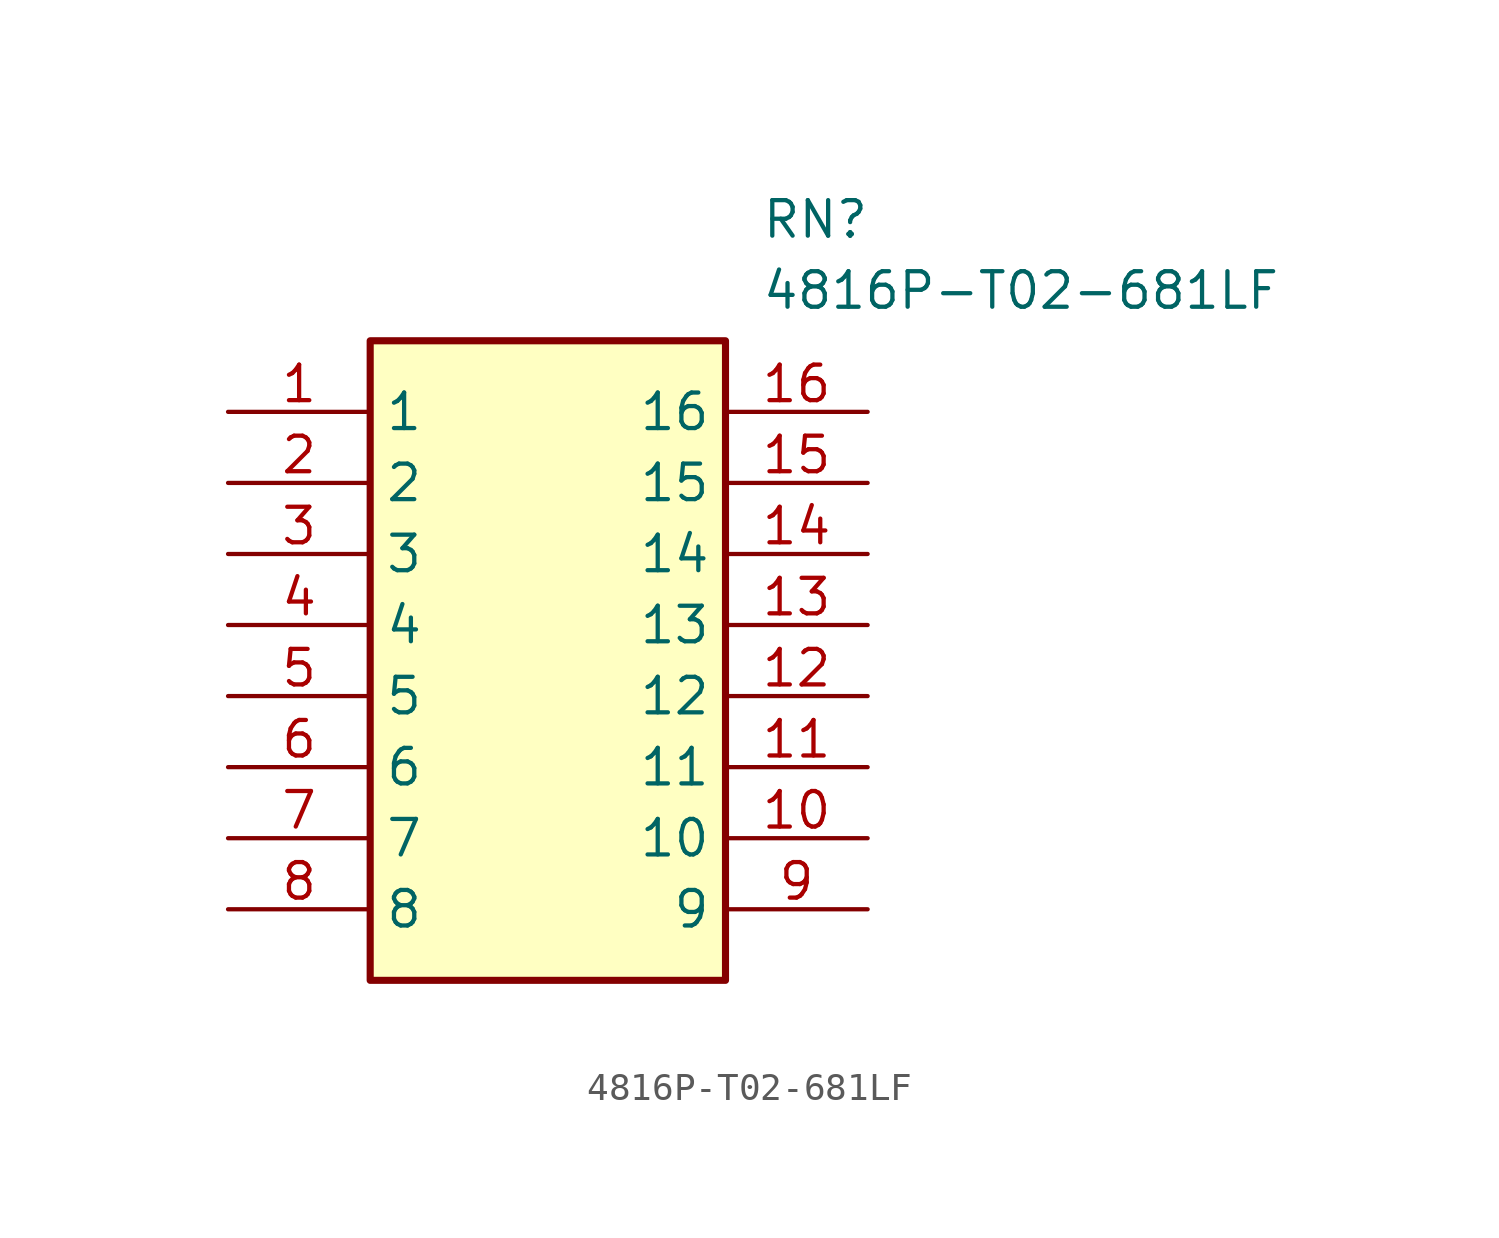
<source format=kicad_sym>
(kicad_symbol_lib
  (version 20231120)
  (generator "kicad_symbol_editor")
  (generator_version "8.0")
  (symbol "4816P-T02-681LF"
    (property "Reference" "RN"
      (at 19.05 7.62 0)
      (effects (font (size 1.27 1.27)) (justify left top)))
    (property "Value" "4816P-T02-681LF"
      (at 19.05 5.08 0)
      (effects (font (size 1.27 1.27)) (justify left top)))
    (symbol "4816P-T02-681LF_1_1"
      (rectangle (start 5.08 2.54) (end 17.78 -20.32) (stroke (width 0.254) (type default)) (fill (type background)))
      (pin passive line (at 0 0 0) (length 5.08) (name "1" (effects (font (size 1.27 1.27)))) (number "1" (effects (font (size 1.27 1.27)))))
      (pin passive line (at 22.86 -15.24 180) (length 5.08) (name "10" (effects (font (size 1.27 1.27)))) (number "10" (effects (font (size 1.27 1.27)))))
      (pin passive line (at 22.86 -12.7 180) (length 5.08) (name "11" (effects (font (size 1.27 1.27)))) (number "11" (effects (font (size 1.27 1.27)))))
      (pin passive line (at 22.86 -10.16 180) (length 5.08) (name "12" (effects (font (size 1.27 1.27)))) (number "12" (effects (font (size 1.27 1.27)))))
      (pin passive line (at 22.86 -7.62 180) (length 5.08) (name "13" (effects (font (size 1.27 1.27)))) (number "13" (effects (font (size 1.27 1.27)))))
      (pin passive line (at 22.86 -5.08 180) (length 5.08) (name "14" (effects (font (size 1.27 1.27)))) (number "14" (effects (font (size 1.27 1.27)))))
      (pin passive line (at 22.86 -2.54 180) (length 5.08) (name "15" (effects (font (size 1.27 1.27)))) (number "15" (effects (font (size 1.27 1.27)))))
      (pin passive line (at 22.86 0 180) (length 5.08) (name "16" (effects (font (size 1.27 1.27)))) (number "16" (effects (font (size 1.27 1.27)))))
      (pin passive line (at 0 -2.54 0) (length 5.08) (name "2" (effects (font (size 1.27 1.27)))) (number "2" (effects (font (size 1.27 1.27)))))
      (pin passive line (at 0 -5.08 0) (length 5.08) (name "3" (effects (font (size 1.27 1.27)))) (number "3" (effects (font (size 1.27 1.27)))))
      (pin passive line (at 0 -7.62 0) (length 5.08) (name "4" (effects (font (size 1.27 1.27)))) (number "4" (effects (font (size 1.27 1.27)))))
      (pin passive line (at 0 -10.16 0) (length 5.08) (name "5" (effects (font (size 1.27 1.27)))) (number "5" (effects (font (size 1.27 1.27)))))
      (pin passive line (at 0 -12.7 0) (length 5.08) (name "6" (effects (font (size 1.27 1.27)))) (number "6" (effects (font (size 1.27 1.27)))))
      (pin passive line (at 0 -15.24 0) (length 5.08) (name "7" (effects (font (size 1.27 1.27)))) (number "7" (effects (font (size 1.27 1.27)))))
      (pin passive line (at 0 -17.78 0) (length 5.08) (name "8" (effects (font (size 1.27 1.27)))) (number "8" (effects (font (size 1.27 1.27)))))
      (pin passive line (at 22.86 -17.78 180) (length 5.08) (name "9" (effects (font (size 1.27 1.27)))) (number "9" (effects (font (size 1.27 1.27))))))))
</source>
